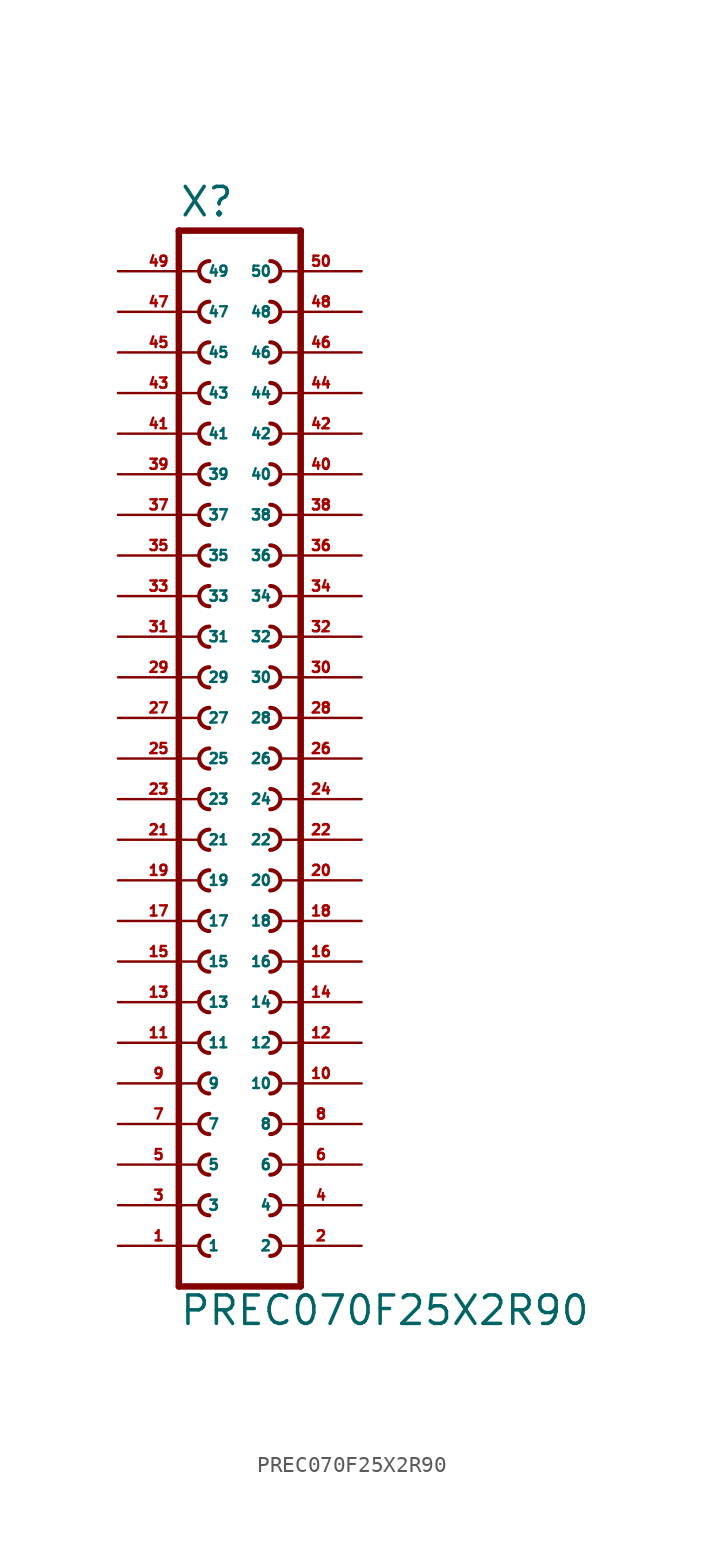
<source format=kicad_sym>
(kicad_symbol_lib
  (version 20220914)
  (generator Eagle2Kicad)
  (symbol "PREC070F25X2R90"
    (property "Reference" "X"
      (at -3.81 31.242 0)
      (effects (font (size 1.778 1.778) (thickness 0.22)) (justify left bottom)))
    (property "Value" "PREC070F25X2R90"
      (at -3.81 -38.1 0)
      (effects (font (size 1.778 1.778) (thickness 0.22)) (justify left bottom)))
    (polyline
      (pts (xy 3.81 -35.56) (xy -3.81 -35.56))
      (stroke (width 0.406) (type default))
      (fill (type none)))
    (arc
      (start -1.905 -27.305)
      (mid -2.540 -27.940)
      (end -1.905 -28.575)
      (stroke (width 0.254) (type default))
      (fill (type none)))
    (arc
      (start -1.905 -29.845)
      (mid -2.540 -30.480)
      (end -1.905 -31.115)
      (stroke (width 0.254) (type default))
      (fill (type none)))
    (arc
      (start -1.905 -32.385)
      (mid -2.540 -33.020)
      (end -1.905 -33.655)
      (stroke (width 0.254) (type default))
      (fill (type none)))
    (arc
      (start 1.905 -28.575)
      (mid 2.540 -27.940)
      (end 1.905 -27.305)
      (stroke (width 0.254) (type default))
      (fill (type none)))
    (arc
      (start 1.905 -31.115)
      (mid 2.540 -30.480)
      (end 1.905 -29.845)
      (stroke (width 0.254) (type default))
      (fill (type none)))
    (arc
      (start 1.905 -33.655)
      (mid 2.540 -33.020)
      (end 1.905 -32.385)
      (stroke (width 0.254) (type default))
      (fill (type none)))
    (arc
      (start -1.905 -22.225)
      (mid -2.540 -22.860)
      (end -1.905 -23.495)
      (stroke (width 0.254) (type default))
      (fill (type none)))
    (arc
      (start -1.905 -24.765)
      (mid -2.540 -25.400)
      (end -1.905 -26.035)
      (stroke (width 0.254) (type default))
      (fill (type none)))
    (arc
      (start 1.905 -23.495)
      (mid 2.540 -22.860)
      (end 1.905 -22.225)
      (stroke (width 0.254) (type default))
      (fill (type none)))
    (arc
      (start 1.905 -26.035)
      (mid 2.540 -25.400)
      (end 1.905 -24.765)
      (stroke (width 0.254) (type default))
      (fill (type none)))
    (arc
      (start -1.905 -14.605)
      (mid -2.540 -15.240)
      (end -1.905 -15.875)
      (stroke (width 0.254) (type default))
      (fill (type none)))
    (arc
      (start -1.905 -17.145)
      (mid -2.540 -17.780)
      (end -1.905 -18.415)
      (stroke (width 0.254) (type default))
      (fill (type none)))
    (arc
      (start -1.905 -19.685)
      (mid -2.540 -20.320)
      (end -1.905 -20.955)
      (stroke (width 0.254) (type default))
      (fill (type none)))
    (arc
      (start 1.905 -15.875)
      (mid 2.540 -15.240)
      (end 1.905 -14.605)
      (stroke (width 0.254) (type default))
      (fill (type none)))
    (arc
      (start 1.905 -18.415)
      (mid 2.540 -17.780)
      (end 1.905 -17.145)
      (stroke (width 0.254) (type default))
      (fill (type none)))
    (arc
      (start 1.905 -20.955)
      (mid 2.540 -20.320)
      (end 1.905 -19.685)
      (stroke (width 0.254) (type default))
      (fill (type none)))
    (arc
      (start -1.905 -9.525)
      (mid -2.540 -10.160)
      (end -1.905 -10.795)
      (stroke (width 0.254) (type default))
      (fill (type none)))
    (arc
      (start -1.905 -12.065)
      (mid -2.540 -12.700)
      (end -1.905 -13.335)
      (stroke (width 0.254) (type default))
      (fill (type none)))
    (arc
      (start 1.905 -10.795)
      (mid 2.540 -10.160)
      (end 1.905 -9.525)
      (stroke (width 0.254) (type default))
      (fill (type none)))
    (arc
      (start 1.905 -13.335)
      (mid 2.540 -12.700)
      (end 1.905 -12.065)
      (stroke (width 0.254) (type default))
      (fill (type none)))
    (arc
      (start -1.905 -1.905)
      (mid -2.540 -2.540)
      (end -1.905 -3.175)
      (stroke (width 0.254) (type default))
      (fill (type none)))
    (arc
      (start -1.905 -4.445)
      (mid -2.540 -5.080)
      (end -1.905 -5.715)
      (stroke (width 0.254) (type default))
      (fill (type none)))
    (arc
      (start -1.905 -6.985)
      (mid -2.540 -7.620)
      (end -1.905 -8.255)
      (stroke (width 0.254) (type default))
      (fill (type none)))
    (arc
      (start 1.905 -3.175)
      (mid 2.540 -2.540)
      (end 1.905 -1.905)
      (stroke (width 0.254) (type default))
      (fill (type none)))
    (arc
      (start 1.905 -5.715)
      (mid 2.540 -5.080)
      (end 1.905 -4.445)
      (stroke (width 0.254) (type default))
      (fill (type none)))
    (arc
      (start 1.905 -8.255)
      (mid 2.540 -7.620)
      (end 1.905 -6.985)
      (stroke (width 0.254) (type default))
      (fill (type none)))
    (arc
      (start -1.905 3.175)
      (mid -2.540 2.540)
      (end -1.905 1.905)
      (stroke (width 0.254) (type default))
      (fill (type none)))
    (arc
      (start -1.905 0.635)
      (mid -2.540 0.000)
      (end -1.905 -0.635)
      (stroke (width 0.254) (type default))
      (fill (type none)))
    (arc
      (start 1.905 1.905)
      (mid 2.540 2.540)
      (end 1.905 3.175)
      (stroke (width 0.254) (type default))
      (fill (type none)))
    (arc
      (start 1.905 -0.635)
      (mid 2.540 0.000)
      (end 1.905 0.635)
      (stroke (width 0.254) (type default))
      (fill (type none)))
    (arc
      (start -1.905 8.255)
      (mid -2.540 7.620)
      (end -1.905 6.985)
      (stroke (width 0.254) (type default))
      (fill (type none)))
    (arc
      (start -1.905 5.715)
      (mid -2.540 5.080)
      (end -1.905 4.445)
      (stroke (width 0.254) (type default))
      (fill (type none)))
    (arc
      (start 1.905 6.985)
      (mid 2.540 7.620)
      (end 1.905 8.255)
      (stroke (width 0.254) (type default))
      (fill (type none)))
    (arc
      (start 1.905 4.445)
      (mid 2.540 5.080)
      (end 1.905 5.715)
      (stroke (width 0.254) (type default))
      (fill (type none)))
    (arc
      (start -1.905 15.875)
      (mid -2.540 15.240)
      (end -1.905 14.605)
      (stroke (width 0.254) (type default))
      (fill (type none)))
    (arc
      (start -1.905 13.335)
      (mid -2.540 12.700)
      (end -1.905 12.065)
      (stroke (width 0.254) (type default))
      (fill (type none)))
    (arc
      (start -1.905 10.795)
      (mid -2.540 10.160)
      (end -1.905 9.525)
      (stroke (width 0.254) (type default))
      (fill (type none)))
    (arc
      (start 1.905 14.605)
      (mid 2.540 15.240)
      (end 1.905 15.875)
      (stroke (width 0.254) (type default))
      (fill (type none)))
    (arc
      (start 1.905 12.065)
      (mid 2.540 12.700)
      (end 1.905 13.335)
      (stroke (width 0.254) (type default))
      (fill (type none)))
    (arc
      (start 1.905 9.525)
      (mid 2.540 10.160)
      (end 1.905 10.795)
      (stroke (width 0.254) (type default))
      (fill (type none)))
    (polyline
      (pts (xy -3.81 30.48) (xy -3.81 -35.56))
      (stroke (width 0.406) (type default))
      (fill (type none)))
    (polyline
      (pts (xy 3.81 -35.56) (xy 3.81 30.48))
      (stroke (width 0.406) (type default))
      (fill (type none)))
    (polyline
      (pts (xy -3.81 30.48) (xy 3.81 30.48))
      (stroke (width 0.406) (type default))
      (fill (type none)))
    (arc
      (start 1.905 17.145)
      (mid 2.540 17.780)
      (end 1.905 18.415)
      (stroke (width 0.254) (type default))
      (fill (type none)))
    (arc
      (start 1.905 19.685)
      (mid 2.540 20.320)
      (end 1.905 20.955)
      (stroke (width 0.254) (type default))
      (fill (type none)))
    (arc
      (start 1.905 22.225)
      (mid 2.540 22.860)
      (end 1.905 23.495)
      (stroke (width 0.254) (type default))
      (fill (type none)))
    (arc
      (start -1.905 18.415)
      (mid -2.540 17.780)
      (end -1.905 17.145)
      (stroke (width 0.254) (type default))
      (fill (type none)))
    (arc
      (start -1.905 20.955)
      (mid -2.540 20.320)
      (end -1.905 19.685)
      (stroke (width 0.254) (type default))
      (fill (type none)))
    (arc
      (start -1.905 23.495)
      (mid -2.540 22.860)
      (end -1.905 22.225)
      (stroke (width 0.254) (type default))
      (fill (type none)))
    (arc
      (start 1.905 24.765)
      (mid 2.540 25.400)
      (end 1.905 26.035)
      (stroke (width 0.254) (type default))
      (fill (type none)))
    (arc
      (start 1.905 27.305)
      (mid 2.540 27.940)
      (end 1.905 28.575)
      (stroke (width 0.254) (type default))
      (fill (type none)))
    (arc
      (start -1.905 26.035)
      (mid -2.540 25.400)
      (end -1.905 24.765)
      (stroke (width 0.254) (type default))
      (fill (type none)))
    (arc
      (start -1.905 28.575)
      (mid -2.540 27.940)
      (end -1.905 27.305)
      (stroke (width 0.254) (type default))
      (fill (type none)))
    (pin passive line
      (at -7.62 -33.02 0)
      (length 5.08)
      (name "1" (effects (font (size 0.635 0.635) (thickness 0.08)) (justify left bottom)))
      (number "1" (effects (font (size 0.635 0.635) (thickness 0.08)) (justify left bottom))))
    (pin passive line
      (at -7.62 -30.48 0)
      (length 5.08)
      (name "3" (effects (font (size 0.635 0.635) (thickness 0.08)) (justify left bottom)))
      (number "3" (effects (font (size 0.635 0.635) (thickness 0.08)) (justify left bottom))))
    (pin passive line
      (at -7.62 -27.94 0)
      (length 5.08)
      (name "5" (effects (font (size 0.635 0.635) (thickness 0.08)) (justify left bottom)))
      (number "5" (effects (font (size 0.635 0.635) (thickness 0.08)) (justify left bottom))))
    (pin passive line
      (at 7.62 -33.02 180)
      (length 5.08)
      (name "2" (effects (font (size 0.635 0.635) (thickness 0.08)) (justify left bottom)))
      (number "2" (effects (font (size 0.635 0.635) (thickness 0.08)) (justify left bottom))))
    (pin passive line
      (at 7.62 -30.48 180)
      (length 5.08)
      (name "4" (effects (font (size 0.635 0.635) (thickness 0.08)) (justify left bottom)))
      (number "4" (effects (font (size 0.635 0.635) (thickness 0.08)) (justify left bottom))))
    (pin passive line
      (at 7.62 -27.94 180)
      (length 5.08)
      (name "6" (effects (font (size 0.635 0.635) (thickness 0.08)) (justify left bottom)))
      (number "6" (effects (font (size 0.635 0.635) (thickness 0.08)) (justify left bottom))))
    (pin passive line
      (at -7.62 -25.4 0)
      (length 5.08)
      (name "7" (effects (font (size 0.635 0.635) (thickness 0.08)) (justify left bottom)))
      (number "7" (effects (font (size 0.635 0.635) (thickness 0.08)) (justify left bottom))))
    (pin passive line
      (at -7.62 -22.86 0)
      (length 5.08)
      (name "9" (effects (font (size 0.635 0.635) (thickness 0.08)) (justify left bottom)))
      (number "9" (effects (font (size 0.635 0.635) (thickness 0.08)) (justify left bottom))))
    (pin passive line
      (at 7.62 -25.4 180)
      (length 5.08)
      (name "8" (effects (font (size 0.635 0.635) (thickness 0.08)) (justify left bottom)))
      (number "8" (effects (font (size 0.635 0.635) (thickness 0.08)) (justify left bottom))))
    (pin passive line
      (at 7.62 -22.86 180)
      (length 5.08)
      (name "10" (effects (font (size 0.635 0.635) (thickness 0.08)) (justify left bottom)))
      (number "10" (effects (font (size 0.635 0.635) (thickness 0.08)) (justify left bottom))))
    (pin passive line
      (at -7.62 -20.32 0)
      (length 5.08)
      (name "11" (effects (font (size 0.635 0.635) (thickness 0.08)) (justify left bottom)))
      (number "11" (effects (font (size 0.635 0.635) (thickness 0.08)) (justify left bottom))))
    (pin passive line
      (at -7.62 -17.78 0)
      (length 5.08)
      (name "13" (effects (font (size 0.635 0.635) (thickness 0.08)) (justify left bottom)))
      (number "13" (effects (font (size 0.635 0.635) (thickness 0.08)) (justify left bottom))))
    (pin passive line
      (at -7.62 -15.24 0)
      (length 5.08)
      (name "15" (effects (font (size 0.635 0.635) (thickness 0.08)) (justify left bottom)))
      (number "15" (effects (font (size 0.635 0.635) (thickness 0.08)) (justify left bottom))))
    (pin passive line
      (at 7.62 -20.32 180)
      (length 5.08)
      (name "12" (effects (font (size 0.635 0.635) (thickness 0.08)) (justify left bottom)))
      (number "12" (effects (font (size 0.635 0.635) (thickness 0.08)) (justify left bottom))))
    (pin passive line
      (at 7.62 -17.78 180)
      (length 5.08)
      (name "14" (effects (font (size 0.635 0.635) (thickness 0.08)) (justify left bottom)))
      (number "14" (effects (font (size 0.635 0.635) (thickness 0.08)) (justify left bottom))))
    (pin passive line
      (at 7.62 -15.24 180)
      (length 5.08)
      (name "16" (effects (font (size 0.635 0.635) (thickness 0.08)) (justify left bottom)))
      (number "16" (effects (font (size 0.635 0.635) (thickness 0.08)) (justify left bottom))))
    (pin passive line
      (at -7.62 -12.7 0)
      (length 5.08)
      (name "17" (effects (font (size 0.635 0.635) (thickness 0.08)) (justify left bottom)))
      (number "17" (effects (font (size 0.635 0.635) (thickness 0.08)) (justify left bottom))))
    (pin passive line
      (at -7.62 -10.16 0)
      (length 5.08)
      (name "19" (effects (font (size 0.635 0.635) (thickness 0.08)) (justify left bottom)))
      (number "19" (effects (font (size 0.635 0.635) (thickness 0.08)) (justify left bottom))))
    (pin passive line
      (at 7.62 -12.7 180)
      (length 5.08)
      (name "18" (effects (font (size 0.635 0.635) (thickness 0.08)) (justify left bottom)))
      (number "18" (effects (font (size 0.635 0.635) (thickness 0.08)) (justify left bottom))))
    (pin passive line
      (at 7.62 -10.16 180)
      (length 5.08)
      (name "20" (effects (font (size 0.635 0.635) (thickness 0.08)) (justify left bottom)))
      (number "20" (effects (font (size 0.635 0.635) (thickness 0.08)) (justify left bottom))))
    (pin passive line
      (at -7.62 -7.62 0)
      (length 5.08)
      (name "21" (effects (font (size 0.635 0.635) (thickness 0.08)) (justify left bottom)))
      (number "21" (effects (font (size 0.635 0.635) (thickness 0.08)) (justify left bottom))))
    (pin passive line
      (at -7.62 -5.08 0)
      (length 5.08)
      (name "23" (effects (font (size 0.635 0.635) (thickness 0.08)) (justify left bottom)))
      (number "23" (effects (font (size 0.635 0.635) (thickness 0.08)) (justify left bottom))))
    (pin passive line
      (at -7.62 -2.54 0)
      (length 5.08)
      (name "25" (effects (font (size 0.635 0.635) (thickness 0.08)) (justify left bottom)))
      (number "25" (effects (font (size 0.635 0.635) (thickness 0.08)) (justify left bottom))))
    (pin passive line
      (at 7.62 -7.62 180)
      (length 5.08)
      (name "22" (effects (font (size 0.635 0.635) (thickness 0.08)) (justify left bottom)))
      (number "22" (effects (font (size 0.635 0.635) (thickness 0.08)) (justify left bottom))))
    (pin passive line
      (at 7.62 -5.08 180)
      (length 5.08)
      (name "24" (effects (font (size 0.635 0.635) (thickness 0.08)) (justify left bottom)))
      (number "24" (effects (font (size 0.635 0.635) (thickness 0.08)) (justify left bottom))))
    (pin passive line
      (at 7.62 -2.54 180)
      (length 5.08)
      (name "26" (effects (font (size 0.635 0.635) (thickness 0.08)) (justify left bottom)))
      (number "26" (effects (font (size 0.635 0.635) (thickness 0.08)) (justify left bottom))))
    (pin passive line
      (at -7.62 0 0)
      (length 5.08)
      (name "27" (effects (font (size 0.635 0.635) (thickness 0.08)) (justify left bottom)))
      (number "27" (effects (font (size 0.635 0.635) (thickness 0.08)) (justify left bottom))))
    (pin passive line
      (at -7.62 2.54 0)
      (length 5.08)
      (name "29" (effects (font (size 0.635 0.635) (thickness 0.08)) (justify left bottom)))
      (number "29" (effects (font (size 0.635 0.635) (thickness 0.08)) (justify left bottom))))
    (pin passive line
      (at 7.62 0 180)
      (length 5.08)
      (name "28" (effects (font (size 0.635 0.635) (thickness 0.08)) (justify left bottom)))
      (number "28" (effects (font (size 0.635 0.635) (thickness 0.08)) (justify left bottom))))
    (pin passive line
      (at 7.62 2.54 180)
      (length 5.08)
      (name "30" (effects (font (size 0.635 0.635) (thickness 0.08)) (justify left bottom)))
      (number "30" (effects (font (size 0.635 0.635) (thickness 0.08)) (justify left bottom))))
    (pin passive line
      (at -7.62 5.08 0)
      (length 5.08)
      (name "31" (effects (font (size 0.635 0.635) (thickness 0.08)) (justify left bottom)))
      (number "31" (effects (font (size 0.635 0.635) (thickness 0.08)) (justify left bottom))))
    (pin passive line
      (at -7.62 7.62 0)
      (length 5.08)
      (name "33" (effects (font (size 0.635 0.635) (thickness 0.08)) (justify left bottom)))
      (number "33" (effects (font (size 0.635 0.635) (thickness 0.08)) (justify left bottom))))
    (pin passive line
      (at 7.62 5.08 180)
      (length 5.08)
      (name "32" (effects (font (size 0.635 0.635) (thickness 0.08)) (justify left bottom)))
      (number "32" (effects (font (size 0.635 0.635) (thickness 0.08)) (justify left bottom))))
    (pin passive line
      (at 7.62 7.62 180)
      (length 5.08)
      (name "34" (effects (font (size 0.635 0.635) (thickness 0.08)) (justify left bottom)))
      (number "34" (effects (font (size 0.635 0.635) (thickness 0.08)) (justify left bottom))))
    (pin passive line
      (at -7.62 10.16 0)
      (length 5.08)
      (name "35" (effects (font (size 0.635 0.635) (thickness 0.08)) (justify left bottom)))
      (number "35" (effects (font (size 0.635 0.635) (thickness 0.08)) (justify left bottom))))
    (pin passive line
      (at -7.62 12.7 0)
      (length 5.08)
      (name "37" (effects (font (size 0.635 0.635) (thickness 0.08)) (justify left bottom)))
      (number "37" (effects (font (size 0.635 0.635) (thickness 0.08)) (justify left bottom))))
    (pin passive line
      (at -7.62 15.24 0)
      (length 5.08)
      (name "39" (effects (font (size 0.635 0.635) (thickness 0.08)) (justify left bottom)))
      (number "39" (effects (font (size 0.635 0.635) (thickness 0.08)) (justify left bottom))))
    (pin passive line
      (at 7.62 10.16 180)
      (length 5.08)
      (name "36" (effects (font (size 0.635 0.635) (thickness 0.08)) (justify left bottom)))
      (number "36" (effects (font (size 0.635 0.635) (thickness 0.08)) (justify left bottom))))
    (pin passive line
      (at 7.62 12.7 180)
      (length 5.08)
      (name "38" (effects (font (size 0.635 0.635) (thickness 0.08)) (justify left bottom)))
      (number "38" (effects (font (size 0.635 0.635) (thickness 0.08)) (justify left bottom))))
    (pin passive line
      (at 7.62 15.24 180)
      (length 5.08)
      (name "40" (effects (font (size 0.635 0.635) (thickness 0.08)) (justify left bottom)))
      (number "40" (effects (font (size 0.635 0.635) (thickness 0.08)) (justify left bottom))))
    (pin passive line
      (at -7.62 17.78 0)
      (length 5.08)
      (name "41" (effects (font (size 0.635 0.635) (thickness 0.08)) (justify left bottom)))
      (number "41" (effects (font (size 0.635 0.635) (thickness 0.08)) (justify left bottom))))
    (pin passive line
      (at 7.62 17.78 180)
      (length 5.08)
      (name "42" (effects (font (size 0.635 0.635) (thickness 0.08)) (justify left bottom)))
      (number "42" (effects (font (size 0.635 0.635) (thickness 0.08)) (justify left bottom))))
    (pin passive line
      (at -7.62 20.32 0)
      (length 5.08)
      (name "43" (effects (font (size 0.635 0.635) (thickness 0.08)) (justify left bottom)))
      (number "43" (effects (font (size 0.635 0.635) (thickness 0.08)) (justify left bottom))))
    (pin passive line
      (at 7.62 20.32 180)
      (length 5.08)
      (name "44" (effects (font (size 0.635 0.635) (thickness 0.08)) (justify left bottom)))
      (number "44" (effects (font (size 0.635 0.635) (thickness 0.08)) (justify left bottom))))
    (pin passive line
      (at -7.62 22.86 0)
      (length 5.08)
      (name "45" (effects (font (size 0.635 0.635) (thickness 0.08)) (justify left bottom)))
      (number "45" (effects (font (size 0.635 0.635) (thickness 0.08)) (justify left bottom))))
    (pin passive line
      (at 7.62 22.86 180)
      (length 5.08)
      (name "46" (effects (font (size 0.635 0.635) (thickness 0.08)) (justify left bottom)))
      (number "46" (effects (font (size 0.635 0.635) (thickness 0.08)) (justify left bottom))))
    (pin passive line
      (at -7.62 25.4 0)
      (length 5.08)
      (name "47" (effects (font (size 0.635 0.635) (thickness 0.08)) (justify left bottom)))
      (number "47" (effects (font (size 0.635 0.635) (thickness 0.08)) (justify left bottom))))
    (pin passive line
      (at 7.62 25.4 180)
      (length 5.08)
      (name "48" (effects (font (size 0.635 0.635) (thickness 0.08)) (justify left bottom)))
      (number "48" (effects (font (size 0.635 0.635) (thickness 0.08)) (justify left bottom))))
    (pin passive line
      (at -7.62 27.94 0)
      (length 5.08)
      (name "49" (effects (font (size 0.635 0.635) (thickness 0.08)) (justify left bottom)))
      (number "49" (effects (font (size 0.635 0.635) (thickness 0.08)) (justify left bottom))))
    (pin passive line
      (at 7.62 27.94 180)
      (length 5.08)
      (name "50" (effects (font (size 0.635 0.635) (thickness 0.08)) (justify left bottom)))
      (number "50" (effects (font (size 0.635 0.635) (thickness 0.08)) (justify left bottom))))))
</source>
